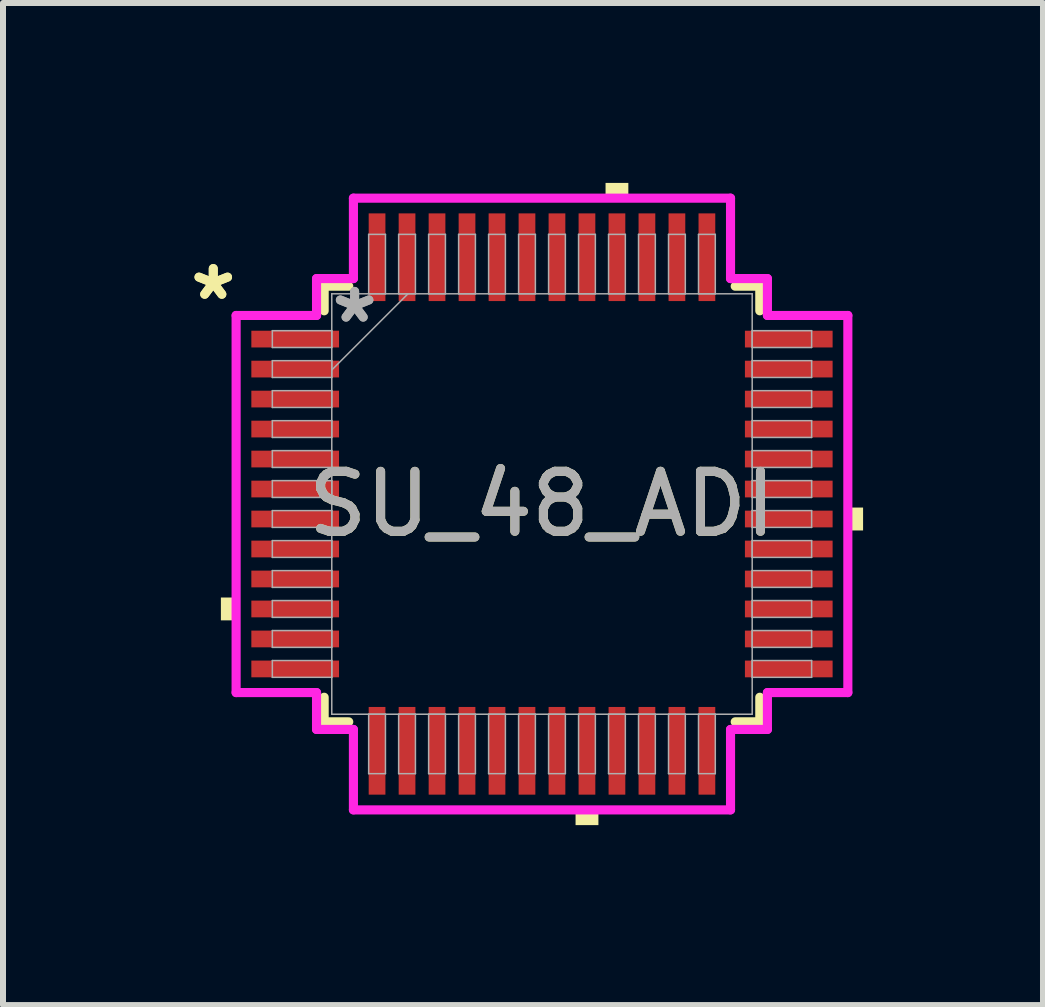
<source format=kicad_pcb>
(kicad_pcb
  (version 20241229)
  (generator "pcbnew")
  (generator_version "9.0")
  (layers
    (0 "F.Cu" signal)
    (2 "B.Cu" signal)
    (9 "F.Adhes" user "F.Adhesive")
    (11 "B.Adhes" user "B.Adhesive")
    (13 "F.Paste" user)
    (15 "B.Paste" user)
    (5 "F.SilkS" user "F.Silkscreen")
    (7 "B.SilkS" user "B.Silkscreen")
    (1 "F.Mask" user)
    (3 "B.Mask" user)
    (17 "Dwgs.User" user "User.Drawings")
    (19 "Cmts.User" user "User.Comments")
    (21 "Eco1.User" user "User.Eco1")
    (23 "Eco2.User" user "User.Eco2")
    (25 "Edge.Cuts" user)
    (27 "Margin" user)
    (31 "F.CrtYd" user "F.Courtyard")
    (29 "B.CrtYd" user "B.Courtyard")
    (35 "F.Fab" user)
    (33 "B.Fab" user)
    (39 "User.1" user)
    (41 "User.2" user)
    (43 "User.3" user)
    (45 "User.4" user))
  (footprint "SU_48_ADI"
    (layer "F.Cu")
    (at 5.987 5.354)
    (property "Reference" "SU_48_ADI" (at 0 0 0) (unlocked yes) (layer "F.SilkS") (effects (font (size 1 1) (thickness 0.15))))
    (attr smd)
    (fp_line (start -3.632 -3.632) (end -3.632 -3.222) (stroke (width 0.152) (type solid)) (layer "F.SilkS"))
    (fp_line (start -3.632 3.222) (end -3.632 3.632) (stroke (width 0.152) (type solid)) (layer "F.SilkS"))
    (fp_line (start -3.632 3.632) (end -3.222 3.632) (stroke (width 0.152) (type solid)) (layer "F.SilkS"))
    (fp_line (start -3.222 -3.632) (end -3.632 -3.632) (stroke (width 0.152) (type solid)) (layer "F.SilkS"))
    (fp_line (start 3.222 3.632) (end 3.632 3.632) (stroke (width 0.152) (type solid)) (layer "F.SilkS"))
    (fp_line (start 3.632 -3.632) (end 3.222 -3.632) (stroke (width 0.152) (type solid)) (layer "F.SilkS"))
    (fp_line (start 3.632 -3.222) (end 3.632 -3.632) (stroke (width 0.152) (type solid)) (layer "F.SilkS"))
    (fp_line (start 3.632 3.632) (end 3.632 3.222) (stroke (width 0.152) (type solid)) (layer "F.SilkS"))
    (fp_poly (pts (xy -5.354 1.559) (xy -5.354 1.94) (xy -5.1 1.94) (xy -5.1 1.559)) (stroke (width 0) (type solid)) (fill yes) (layer "F.SilkS"))
    (fp_poly (pts (xy 0.56 5.1) (xy 0.56 5.354) (xy 0.941 5.354) (xy 0.941 5.1)) (stroke (width 0) (type solid)) (fill yes) (layer "F.SilkS"))
    (fp_poly (pts (xy 1.06 -5.1) (xy 1.06 -5.354) (xy 1.44 -5.354) (xy 1.44 -5.1)) (stroke (width 0) (type solid)) (fill yes) (layer "F.SilkS"))
    (fp_poly (pts (xy 5.354 0.059) (xy 5.354 0.441) (xy 5.1 0.441) (xy 5.1 0.059)) (stroke (width 0) (type solid)) (fill yes) (layer "F.SilkS"))
    (fp_line (start -5.1 -3.144) (end -3.759 -3.144) (stroke (width 0.152) (type solid)) (layer "F.CrtYd"))
    (fp_line (start -5.1 3.144) (end -5.1 -3.144) (stroke (width 0.152) (type solid)) (layer "F.CrtYd"))
    (fp_line (start -3.759 -3.759) (end -3.144 -3.759) (stroke (width 0.152) (type solid)) (layer "F.CrtYd"))
    (fp_line (start -3.759 -3.144) (end -3.759 -3.759) (stroke (width 0.152) (type solid)) (layer "F.CrtYd"))
    (fp_line (start -3.759 3.144) (end -5.1 3.144) (stroke (width 0.152) (type solid)) (layer "F.CrtYd"))
    (fp_line (start -3.759 3.759) (end -3.759 3.144) (stroke (width 0.152) (type solid)) (layer "F.CrtYd"))
    (fp_line (start -3.759 3.759) (end -3.144 3.759) (stroke (width 0.152) (type solid)) (layer "F.CrtYd"))
    (fp_line (start -3.144 -5.1) (end 3.144 -5.1) (stroke (width 0.152) (type solid)) (layer "F.CrtYd"))
    (fp_line (start -3.144 -3.759) (end -3.144 -5.1) (stroke (width 0.152) (type solid)) (layer "F.CrtYd"))
    (fp_line (start -3.144 3.759) (end -3.144 5.1) (stroke (width 0.152) (type solid)) (layer "F.CrtYd"))
    (fp_line (start -3.144 5.1) (end 3.144 5.1) (stroke (width 0.152) (type solid)) (layer "F.CrtYd"))
    (fp_line (start 3.144 -5.1) (end 3.144 -3.759) (stroke (width 0.152) (type solid)) (layer "F.CrtYd"))
    (fp_line (start 3.144 -3.759) (end 3.759 -3.759) (stroke (width 0.152) (type solid)) (layer "F.CrtYd"))
    (fp_line (start 3.144 3.759) (end 3.759 3.759) (stroke (width 0.152) (type solid)) (layer "F.CrtYd"))
    (fp_line (start 3.144 5.1) (end 3.144 3.759) (stroke (width 0.152) (type solid)) (layer "F.CrtYd"))
    (fp_line (start 3.759 -3.144) (end 3.759 -3.759) (stroke (width 0.152) (type solid)) (layer "F.CrtYd"))
    (fp_line (start 3.759 3.144) (end 5.1 3.144) (stroke (width 0.152) (type solid)) (layer "F.CrtYd"))
    (fp_line (start 3.759 3.759) (end 3.759 3.144) (stroke (width 0.152) (type solid)) (layer "F.CrtYd"))
    (fp_line (start 5.1 -3.144) (end 3.759 -3.144) (stroke (width 0.152) (type solid)) (layer "F.CrtYd"))
    (fp_line (start 5.1 3.144) (end 5.1 -3.144) (stroke (width 0.152) (type solid)) (layer "F.CrtYd"))
    (fp_line (start -4.496 -2.89) (end -4.496 -2.61) (stroke (width 0.025) (type solid)) (layer "F.Fab"))
    (fp_line (start -4.496 -2.61) (end -3.505 -2.61) (stroke (width 0.025) (type solid)) (layer "F.Fab"))
    (fp_line (start -4.496 -2.39) (end -4.496 -2.11) (stroke (width 0.025) (type solid)) (layer "F.Fab"))
    (fp_line (start -4.496 -2.11) (end -3.505 -2.11) (stroke (width 0.025) (type solid)) (layer "F.Fab"))
    (fp_line (start -4.496 -1.89) (end -4.496 -1.61) (stroke (width 0.025) (type solid)) (layer "F.Fab"))
    (fp_line (start -4.496 -1.61) (end -3.505 -1.61) (stroke (width 0.025) (type solid)) (layer "F.Fab"))
    (fp_line (start -4.496 -1.39) (end -4.496 -1.11) (stroke (width 0.025) (type solid)) (layer "F.Fab"))
    (fp_line (start -4.496 -1.11) (end -3.505 -1.11) (stroke (width 0.025) (type solid)) (layer "F.Fab"))
    (fp_line (start -4.496 -0.89) (end -4.496 -0.61) (stroke (width 0.025) (type solid)) (layer "F.Fab"))
    (fp_line (start -4.496 -0.61) (end -3.505 -0.61) (stroke (width 0.025) (type solid)) (layer "F.Fab"))
    (fp_line (start -4.496 -0.39) (end -4.496 -0.11) (stroke (width 0.025) (type solid)) (layer "F.Fab"))
    (fp_line (start -4.496 -0.11) (end -3.505 -0.11) (stroke (width 0.025) (type solid)) (layer "F.Fab"))
    (fp_line (start -4.496 0.11) (end -4.496 0.39) (stroke (width 0.025) (type solid)) (layer "F.Fab"))
    (fp_line (start -4.496 0.39) (end -3.505 0.39) (stroke (width 0.025) (type solid)) (layer "F.Fab"))
    (fp_line (start -4.496 0.61) (end -4.496 0.89) (stroke (width 0.025) (type solid)) (layer "F.Fab"))
    (fp_line (start -4.496 0.89) (end -3.505 0.89) (stroke (width 0.025) (type solid)) (layer "F.Fab"))
    (fp_line (start -4.496 1.11) (end -4.496 1.39) (stroke (width 0.025) (type solid)) (layer "F.Fab"))
    (fp_line (start -4.496 1.39) (end -3.505 1.39) (stroke (width 0.025) (type solid)) (layer "F.Fab"))
    (fp_line (start -4.496 1.61) (end -4.496 1.89) (stroke (width 0.025) (type solid)) (layer "F.Fab"))
    (fp_line (start -4.496 1.89) (end -3.505 1.89) (stroke (width 0.025) (type solid)) (layer "F.Fab"))
    (fp_line (start -4.496 2.11) (end -4.496 2.39) (stroke (width 0.025) (type solid)) (layer "F.Fab"))
    (fp_line (start -4.496 2.39) (end -3.505 2.39) (stroke (width 0.025) (type solid)) (layer "F.Fab"))
    (fp_line (start -4.496 2.61) (end -4.496 2.89) (stroke (width 0.025) (type solid)) (layer "F.Fab"))
    (fp_line (start -4.496 2.89) (end -3.505 2.89) (stroke (width 0.025) (type solid)) (layer "F.Fab"))
    (fp_line (start -3.505 -3.505) (end -3.505 3.505) (stroke (width 0.025) (type solid)) (layer "F.Fab"))
    (fp_line (start -3.505 -2.89) (end -4.496 -2.89) (stroke (width 0.025) (type solid)) (layer "F.Fab"))
    (fp_line (start -3.505 -2.61) (end -3.505 -2.89) (stroke (width 0.025) (type solid)) (layer "F.Fab"))
    (fp_line (start -3.505 -2.39) (end -4.496 -2.39) (stroke (width 0.025) (type solid)) (layer "F.Fab"))
    (fp_line (start -3.505 -2.235) (end -2.235 -3.505) (stroke (width 0.025) (type solid)) (layer "F.Fab"))
    (fp_line (start -3.505 -2.11) (end -3.505 -2.39) (stroke (width 0.025) (type solid)) (layer "F.Fab"))
    (fp_line (start -3.505 -1.89) (end -4.496 -1.89) (stroke (width 0.025) (type solid)) (layer "F.Fab"))
    (fp_line (start -3.505 -1.61) (end -3.505 -1.89) (stroke (width 0.025) (type solid)) (layer "F.Fab"))
    (fp_line (start -3.505 -1.39) (end -4.496 -1.39) (stroke (width 0.025) (type solid)) (layer "F.Fab"))
    (fp_line (start -3.505 -1.11) (end -3.505 -1.39) (stroke (width 0.025) (type solid)) (layer "F.Fab"))
    (fp_line (start -3.505 -0.89) (end -4.496 -0.89) (stroke (width 0.025) (type solid)) (layer "F.Fab"))
    (fp_line (start -3.505 -0.61) (end -3.505 -0.89) (stroke (width 0.025) (type solid)) (layer "F.Fab"))
    (fp_line (start -3.505 -0.39) (end -4.496 -0.39) (stroke (width 0.025) (type solid)) (layer "F.Fab"))
    (fp_line (start -3.505 -0.11) (end -3.505 -0.39) (stroke (width 0.025) (type solid)) (layer "F.Fab"))
    (fp_line (start -3.505 0.11) (end -4.496 0.11) (stroke (width 0.025) (type solid)) (layer "F.Fab"))
    (fp_line (start -3.505 0.39) (end -3.505 0.11) (stroke (width 0.025) (type solid)) (layer "F.Fab"))
    (fp_line (start -3.505 0.61) (end -4.496 0.61) (stroke (width 0.025) (type solid)) (layer "F.Fab"))
    (fp_line (start -3.505 0.89) (end -3.505 0.61) (stroke (width 0.025) (type solid)) (layer "F.Fab"))
    (fp_line (start -3.505 1.11) (end -4.496 1.11) (stroke (width 0.025) (type solid)) (layer "F.Fab"))
    (fp_line (start -3.505 1.39) (end -3.505 1.11) (stroke (width 0.025) (type solid)) (layer "F.Fab"))
    (fp_line (start -3.505 1.61) (end -4.496 1.61) (stroke (width 0.025) (type solid)) (layer "F.Fab"))
    (fp_line (start -3.505 1.89) (end -3.505 1.61) (stroke (width 0.025) (type solid)) (layer "F.Fab"))
    (fp_line (start -3.505 2.11) (end -4.496 2.11) (stroke (width 0.025) (type solid)) (layer "F.Fab"))
    (fp_line (start -3.505 2.39) (end -3.505 2.11) (stroke (width 0.025) (type solid)) (layer "F.Fab"))
    (fp_line (start -3.505 2.61) (end -4.496 2.61) (stroke (width 0.025) (type solid)) (layer "F.Fab"))
    (fp_line (start -3.505 2.89) (end -3.505 2.61) (stroke (width 0.025) (type solid)) (layer "F.Fab"))
    (fp_line (start -3.505 3.505) (end 3.505 3.505) (stroke (width 0.025) (type solid)) (layer "F.Fab"))
    (fp_line (start -2.89 -4.496) (end -2.89 -3.505) (stroke (width 0.025) (type solid)) (layer "F.Fab"))
    (fp_line (start -2.89 -3.505) (end -2.61 -3.505) (stroke (width 0.025) (type solid)) (layer "F.Fab"))
    (fp_line (start -2.89 3.505) (end -2.89 4.496) (stroke (width 0.025) (type solid)) (layer "F.Fab"))
    (fp_line (start -2.89 4.496) (end -2.61 4.496) (stroke (width 0.025) (type solid)) (layer "F.Fab"))
    (fp_line (start -2.61 -4.496) (end -2.89 -4.496) (stroke (width 0.025) (type solid)) (layer "F.Fab"))
    (fp_line (start -2.61 -3.505) (end -2.61 -4.496) (stroke (width 0.025) (type solid)) (layer "F.Fab"))
    (fp_line (start -2.61 3.505) (end -2.89 3.505) (stroke (width 0.025) (type solid)) (layer "F.Fab"))
    (fp_line (start -2.61 4.496) (end -2.61 3.505) (stroke (width 0.025) (type solid)) (layer "F.Fab"))
    (fp_line (start -2.39 -4.496) (end -2.39 -3.505) (stroke (width 0.025) (type solid)) (layer "F.Fab"))
    (fp_line (start -2.39 -3.505) (end -2.11 -3.505) (stroke (width 0.025) (type solid)) (layer "F.Fab"))
    (fp_line (start -2.39 3.505) (end -2.39 4.496) (stroke (width 0.025) (type solid)) (layer "F.Fab"))
    (fp_line (start -2.39 4.496) (end -2.11 4.496) (stroke (width 0.025) (type solid)) (layer "F.Fab"))
    (fp_line (start -2.11 -4.496) (end -2.39 -4.496) (stroke (width 0.025) (type solid)) (layer "F.Fab"))
    (fp_line (start -2.11 -3.505) (end -2.11 -4.496) (stroke (width 0.025) (type solid)) (layer "F.Fab"))
    (fp_line (start -2.11 3.505) (end -2.39 3.505) (stroke (width 0.025) (type solid)) (layer "F.Fab"))
    (fp_line (start -2.11 4.496) (end -2.11 3.505) (stroke (width 0.025) (type solid)) (layer "F.Fab"))
    (fp_line (start -1.89 -4.496) (end -1.89 -3.505) (stroke (width 0.025) (type solid)) (layer "F.Fab"))
    (fp_line (start -1.89 -3.505) (end -1.61 -3.505) (stroke (width 0.025) (type solid)) (layer "F.Fab"))
    (fp_line (start -1.89 3.505) (end -1.89 4.496) (stroke (width 0.025) (type solid)) (layer "F.Fab"))
    (fp_line (start -1.89 4.496) (end -1.61 4.496) (stroke (width 0.025) (type solid)) (layer "F.Fab"))
    (fp_line (start -1.61 -4.496) (end -1.89 -4.496) (stroke (width 0.025) (type solid)) (layer "F.Fab"))
    (fp_line (start -1.61 -3.505) (end -1.61 -4.496) (stroke (width 0.025) (type solid)) (layer "F.Fab"))
    (fp_line (start -1.61 3.505) (end -1.89 3.505) (stroke (width 0.025) (type solid)) (layer "F.Fab"))
    (fp_line (start -1.61 4.496) (end -1.61 3.505) (stroke (width 0.025) (type solid)) (layer "F.Fab"))
    (fp_line (start -1.39 -4.496) (end -1.39 -3.505) (stroke (width 0.025) (type solid)) (layer "F.Fab"))
    (fp_line (start -1.39 -3.505) (end -1.11 -3.505) (stroke (width 0.025) (type solid)) (layer "F.Fab"))
    (fp_line (start -1.39 3.505) (end -1.39 4.496) (stroke (width 0.025) (type solid)) (layer "F.Fab"))
    (fp_line (start -1.39 4.496) (end -1.11 4.496) (stroke (width 0.025) (type solid)) (layer "F.Fab"))
    (fp_line (start -1.11 -4.496) (end -1.39 -4.496) (stroke (width 0.025) (type solid)) (layer "F.Fab"))
    (fp_line (start -1.11 -3.505) (end -1.11 -4.496) (stroke (width 0.025) (type solid)) (layer "F.Fab"))
    (fp_line (start -1.11 3.505) (end -1.39 3.505) (stroke (width 0.025) (type solid)) (layer "F.Fab"))
    (fp_line (start -1.11 4.496) (end -1.11 3.505) (stroke (width 0.025) (type solid)) (layer "F.Fab"))
    (fp_line (start -0.89 -4.496) (end -0.89 -3.505) (stroke (width 0.025) (type solid)) (layer "F.Fab"))
    (fp_line (start -0.89 -3.505) (end -0.61 -3.505) (stroke (width 0.025) (type solid)) (layer "F.Fab"))
    (fp_line (start -0.89 3.505) (end -0.89 4.496) (stroke (width 0.025) (type solid)) (layer "F.Fab"))
    (fp_line (start -0.89 4.496) (end -0.61 4.496) (stroke (width 0.025) (type solid)) (layer "F.Fab"))
    (fp_line (start -0.61 -4.496) (end -0.89 -4.496) (stroke (width 0.025) (type solid)) (layer "F.Fab"))
    (fp_line (start -0.61 -3.505) (end -0.61 -4.496) (stroke (width 0.025) (type solid)) (layer "F.Fab"))
    (fp_line (start -0.61 3.505) (end -0.89 3.505) (stroke (width 0.025) (type solid)) (layer "F.Fab"))
    (fp_line (start -0.61 4.496) (end -0.61 3.505) (stroke (width 0.025) (type solid)) (layer "F.Fab"))
    (fp_line (start -0.39 -4.496) (end -0.39 -3.505) (stroke (width 0.025) (type solid)) (layer "F.Fab"))
    (fp_line (start -0.39 -3.505) (end -0.11 -3.505) (stroke (width 0.025) (type solid)) (layer "F.Fab"))
    (fp_line (start -0.39 3.505) (end -0.39 4.496) (stroke (width 0.025) (type solid)) (layer "F.Fab"))
    (fp_line (start -0.39 4.496) (end -0.11 4.496) (stroke (width 0.025) (type solid)) (layer "F.Fab"))
    (fp_line (start -0.11 -4.496) (end -0.39 -4.496) (stroke (width 0.025) (type solid)) (layer "F.Fab"))
    (fp_line (start -0.11 -3.505) (end -0.11 -4.496) (stroke (width 0.025) (type solid)) (layer "F.Fab"))
    (fp_line (start -0.11 3.505) (end -0.39 3.505) (stroke (width 0.025) (type solid)) (layer "F.Fab"))
    (fp_line (start -0.11 4.496) (end -0.11 3.505) (stroke (width 0.025) (type solid)) (layer "F.Fab"))
    (fp_line (start 0.11 -4.496) (end 0.11 -3.505) (stroke (width 0.025) (type solid)) (layer "F.Fab"))
    (fp_line (start 0.11 -3.505) (end 0.39 -3.505) (stroke (width 0.025) (type solid)) (layer "F.Fab"))
    (fp_line (start 0.11 3.505) (end 0.11 4.496) (stroke (width 0.025) (type solid)) (layer "F.Fab"))
    (fp_line (start 0.11 4.496) (end 0.39 4.496) (stroke (width 0.025) (type solid)) (layer "F.Fab"))
    (fp_line (start 0.39 -4.496) (end 0.11 -4.496) (stroke (width 0.025) (type solid)) (layer "F.Fab"))
    (fp_line (start 0.39 -3.505) (end 0.39 -4.496) (stroke (width 0.025) (type solid)) (layer "F.Fab"))
    (fp_line (start 0.39 3.505) (end 0.11 3.505) (stroke (width 0.025) (type solid)) (layer "F.Fab"))
    (fp_line (start 0.39 4.496) (end 0.39 3.505) (stroke (width 0.025) (type solid)) (layer "F.Fab"))
    (fp_line (start 0.61 -4.496) (end 0.61 -3.505) (stroke (width 0.025) (type solid)) (layer "F.Fab"))
    (fp_line (start 0.61 -3.505) (end 0.89 -3.505) (stroke (width 0.025) (type solid)) (layer "F.Fab"))
    (fp_line (start 0.61 3.505) (end 0.61 4.496) (stroke (width 0.025) (type solid)) (layer "F.Fab"))
    (fp_line (start 0.61 4.496) (end 0.89 4.496) (stroke (width 0.025) (type solid)) (layer "F.Fab"))
    (fp_line (start 0.89 -4.496) (end 0.61 -4.496) (stroke (width 0.025) (type solid)) (layer "F.Fab"))
    (fp_line (start 0.89 -3.505) (end 0.89 -4.496) (stroke (width 0.025) (type solid)) (layer "F.Fab"))
    (fp_line (start 0.89 3.505) (end 0.61 3.505) (stroke (width 0.025) (type solid)) (layer "F.Fab"))
    (fp_line (start 0.89 4.496) (end 0.89 3.505) (stroke (width 0.025) (type solid)) (layer "F.Fab"))
    (fp_line (start 1.11 -4.496) (end 1.11 -3.505) (stroke (width 0.025) (type solid)) (layer "F.Fab"))
    (fp_line (start 1.11 -3.505) (end 1.39 -3.505) (stroke (width 0.025) (type solid)) (layer "F.Fab"))
    (fp_line (start 1.11 3.505) (end 1.11 4.496) (stroke (width 0.025) (type solid)) (layer "F.Fab"))
    (fp_line (start 1.11 4.496) (end 1.39 4.496) (stroke (width 0.025) (type solid)) (layer "F.Fab"))
    (fp_line (start 1.39 -4.496) (end 1.11 -4.496) (stroke (width 0.025) (type solid)) (layer "F.Fab"))
    (fp_line (start 1.39 -3.505) (end 1.39 -4.496) (stroke (width 0.025) (type solid)) (layer "F.Fab"))
    (fp_line (start 1.39 3.505) (end 1.11 3.505) (stroke (width 0.025) (type solid)) (layer "F.Fab"))
    (fp_line (start 1.39 4.496) (end 1.39 3.505) (stroke (width 0.025) (type solid)) (layer "F.Fab"))
    (fp_line (start 1.61 -4.496) (end 1.61 -3.505) (stroke (width 0.025) (type solid)) (layer "F.Fab"))
    (fp_line (start 1.61 -3.505) (end 1.89 -3.505) (stroke (width 0.025) (type solid)) (layer "F.Fab"))
    (fp_line (start 1.61 3.505) (end 1.61 4.496) (stroke (width 0.025) (type solid)) (layer "F.Fab"))
    (fp_line (start 1.61 4.496) (end 1.89 4.496) (stroke (width 0.025) (type solid)) (layer "F.Fab"))
    (fp_line (start 1.89 -4.496) (end 1.61 -4.496) (stroke (width 0.025) (type solid)) (layer "F.Fab"))
    (fp_line (start 1.89 -3.505) (end 1.89 -4.496) (stroke (width 0.025) (type solid)) (layer "F.Fab"))
    (fp_line (start 1.89 3.505) (end 1.61 3.505) (stroke (width 0.025) (type solid)) (layer "F.Fab"))
    (fp_line (start 1.89 4.496) (end 1.89 3.505) (stroke (width 0.025) (type solid)) (layer "F.Fab"))
    (fp_line (start 2.11 -4.496) (end 2.11 -3.505) (stroke (width 0.025) (type solid)) (layer "F.Fab"))
    (fp_line (start 2.11 -3.505) (end 2.39 -3.505) (stroke (width 0.025) (type solid)) (layer "F.Fab"))
    (fp_line (start 2.11 3.505) (end 2.11 4.496) (stroke (width 0.025) (type solid)) (layer "F.Fab"))
    (fp_line (start 2.11 4.496) (end 2.39 4.496) (stroke (width 0.025) (type solid)) (layer "F.Fab"))
    (fp_line (start 2.39 -4.496) (end 2.11 -4.496) (stroke (width 0.025) (type solid)) (layer "F.Fab"))
    (fp_line (start 2.39 -3.505) (end 2.39 -4.496) (stroke (width 0.025) (type solid)) (layer "F.Fab"))
    (fp_line (start 2.39 3.505) (end 2.11 3.505) (stroke (width 0.025) (type solid)) (layer "F.Fab"))
    (fp_line (start 2.39 4.496) (end 2.39 3.505) (stroke (width 0.025) (type solid)) (layer "F.Fab"))
    (fp_line (start 2.61 -4.496) (end 2.61 -3.505) (stroke (width 0.025) (type solid)) (layer "F.Fab"))
    (fp_line (start 2.61 -3.505) (end 2.89 -3.505) (stroke (width 0.025) (type solid)) (layer "F.Fab"))
    (fp_line (start 2.61 3.505) (end 2.61 4.496) (stroke (width 0.025) (type solid)) (layer "F.Fab"))
    (fp_line (start 2.61 4.496) (end 2.89 4.496) (stroke (width 0.025) (type solid)) (layer "F.Fab"))
    (fp_line (start 2.89 -4.496) (end 2.61 -4.496) (stroke (width 0.025) (type solid)) (layer "F.Fab"))
    (fp_line (start 2.89 -3.505) (end 2.89 -4.496) (stroke (width 0.025) (type solid)) (layer "F.Fab"))
    (fp_line (start 2.89 3.505) (end 2.61 3.505) (stroke (width 0.025) (type solid)) (layer "F.Fab"))
    (fp_line (start 2.89 4.496) (end 2.89 3.505) (stroke (width 0.025) (type solid)) (layer "F.Fab"))
    (fp_line (start 3.505 -3.505) (end -3.505 -3.505) (stroke (width 0.025) (type solid)) (layer "F.Fab"))
    (fp_line (start 3.505 -2.89) (end 3.505 -2.61) (stroke (width 0.025) (type solid)) (layer "F.Fab"))
    (fp_line (start 3.505 -2.61) (end 4.496 -2.61) (stroke (width 0.025) (type solid)) (layer "F.Fab"))
    (fp_line (start 3.505 -2.39) (end 3.505 -2.11) (stroke (width 0.025) (type solid)) (layer "F.Fab"))
    (fp_line (start 3.505 -2.11) (end 4.496 -2.11) (stroke (width 0.025) (type solid)) (layer "F.Fab"))
    (fp_line (start 3.505 -1.89) (end 3.505 -1.61) (stroke (width 0.025) (type solid)) (layer "F.Fab"))
    (fp_line (start 3.505 -1.61) (end 4.496 -1.61) (stroke (width 0.025) (type solid)) (layer "F.Fab"))
    (fp_line (start 3.505 -1.39) (end 3.505 -1.11) (stroke (width 0.025) (type solid)) (layer "F.Fab"))
    (fp_line (start 3.505 -1.11) (end 4.496 -1.11) (stroke (width 0.025) (type solid)) (layer "F.Fab"))
    (fp_line (start 3.505 -0.89) (end 3.505 -0.61) (stroke (width 0.025) (type solid)) (layer "F.Fab"))
    (fp_line (start 3.505 -0.61) (end 4.496 -0.61) (stroke (width 0.025) (type solid)) (layer "F.Fab"))
    (fp_line (start 3.505 -0.39) (end 3.505 -0.11) (stroke (width 0.025) (type solid)) (layer "F.Fab"))
    (fp_line (start 3.505 -0.11) (end 4.496 -0.11) (stroke (width 0.025) (type solid)) (layer "F.Fab"))
    (fp_line (start 3.505 0.11) (end 3.505 0.39) (stroke (width 0.025) (type solid)) (layer "F.Fab"))
    (fp_line (start 3.505 0.39) (end 4.496 0.39) (stroke (width 0.025) (type solid)) (layer "F.Fab"))
    (fp_line (start 3.505 0.61) (end 3.505 0.89) (stroke (width 0.025) (type solid)) (layer "F.Fab"))
    (fp_line (start 3.505 0.89) (end 4.496 0.89) (stroke (width 0.025) (type solid)) (layer "F.Fab"))
    (fp_line (start 3.505 1.11) (end 3.505 1.39) (stroke (width 0.025) (type solid)) (layer "F.Fab"))
    (fp_line (start 3.505 1.39) (end 4.496 1.39) (stroke (width 0.025) (type solid)) (layer "F.Fab"))
    (fp_line (start 3.505 1.61) (end 3.505 1.89) (stroke (width 0.025) (type solid)) (layer "F.Fab"))
    (fp_line (start 3.505 1.89) (end 4.496 1.89) (stroke (width 0.025) (type solid)) (layer "F.Fab"))
    (fp_line (start 3.505 2.11) (end 3.505 2.39) (stroke (width 0.025) (type solid)) (layer "F.Fab"))
    (fp_line (start 3.505 2.39) (end 4.496 2.39) (stroke (width 0.025) (type solid)) (layer "F.Fab"))
    (fp_line (start 3.505 2.61) (end 3.505 2.89) (stroke (width 0.025) (type solid)) (layer "F.Fab"))
    (fp_line (start 3.505 2.89) (end 4.496 2.89) (stroke (width 0.025) (type solid)) (layer "F.Fab"))
    (fp_line (start 3.505 3.505) (end 3.505 -3.505) (stroke (width 0.025) (type solid)) (layer "F.Fab"))
    (fp_line (start 4.496 -2.89) (end 3.505 -2.89) (stroke (width 0.025) (type solid)) (layer "F.Fab"))
    (fp_line (start 4.496 -2.61) (end 4.496 -2.89) (stroke (width 0.025) (type solid)) (layer "F.Fab"))
    (fp_line (start 4.496 -2.39) (end 3.505 -2.39) (stroke (width 0.025) (type solid)) (layer "F.Fab"))
    (fp_line (start 4.496 -2.11) (end 4.496 -2.39) (stroke (width 0.025) (type solid)) (layer "F.Fab"))
    (fp_line (start 4.496 -1.89) (end 3.505 -1.89) (stroke (width 0.025) (type solid)) (layer "F.Fab"))
    (fp_line (start 4.496 -1.61) (end 4.496 -1.89) (stroke (width 0.025) (type solid)) (layer "F.Fab"))
    (fp_line (start 4.496 -1.39) (end 3.505 -1.39) (stroke (width 0.025) (type solid)) (layer "F.Fab"))
    (fp_line (start 4.496 -1.11) (end 4.496 -1.39) (stroke (width 0.025) (type solid)) (layer "F.Fab"))
    (fp_line (start 4.496 -0.89) (end 3.505 -0.89) (stroke (width 0.025) (type solid)) (layer "F.Fab"))
    (fp_line (start 4.496 -0.61) (end 4.496 -0.89) (stroke (width 0.025) (type solid)) (layer "F.Fab"))
    (fp_line (start 4.496 -0.39) (end 3.505 -0.39) (stroke (width 0.025) (type solid)) (layer "F.Fab"))
    (fp_line (start 4.496 -0.11) (end 4.496 -0.39) (stroke (width 0.025) (type solid)) (layer "F.Fab"))
    (fp_line (start 4.496 0.11) (end 3.505 0.11) (stroke (width 0.025) (type solid)) (layer "F.Fab"))
    (fp_line (start 4.496 0.39) (end 4.496 0.11) (stroke (width 0.025) (type solid)) (layer "F.Fab"))
    (fp_line (start 4.496 0.61) (end 3.505 0.61) (stroke (width 0.025) (type solid)) (layer "F.Fab"))
    (fp_line (start 4.496 0.89) (end 4.496 0.61) (stroke (width 0.025) (type solid)) (layer "F.Fab"))
    (fp_line (start 4.496 1.11) (end 3.505 1.11) (stroke (width 0.025) (type solid)) (layer "F.Fab"))
    (fp_line (start 4.496 1.39) (end 4.496 1.11) (stroke (width 0.025) (type solid)) (layer "F.Fab"))
    (fp_line (start 4.496 1.61) (end 3.505 1.61) (stroke (width 0.025) (type solid)) (layer "F.Fab"))
    (fp_line (start 4.496 1.89) (end 4.496 1.61) (stroke (width 0.025) (type solid)) (layer "F.Fab"))
    (fp_line (start 4.496 2.11) (end 3.505 2.11) (stroke (width 0.025) (type solid)) (layer "F.Fab"))
    (fp_line (start 4.496 2.39) (end 4.496 2.11) (stroke (width 0.025) (type solid)) (layer "F.Fab"))
    (fp_line (start 4.496 2.61) (end 3.505 2.61) (stroke (width 0.025) (type solid)) (layer "F.Fab"))
    (fp_line (start 4.496 2.89) (end 4.496 2.61) (stroke (width 0.025) (type solid)) (layer "F.Fab"))
    (fp_text user "*" (at -5.481 -3.381 0) (layer "F.SilkS") (effects (font (size 1 1) (thickness 0.15))))
    (fp_text user "*" (at -5.481 -3.381 0) (unlocked yes) (layer "F.SilkS") (effects (font (size 1 1) (thickness 0.15))))
    (fp_text user "*" (at -3.124 -3 0) (unlocked yes) (layer "F.Fab") (effects (font (size 1 1) (thickness 0.15))))
    (fp_text user "${REFERENCE}" (at 0 0 0) (unlocked yes) (layer "F.Fab") (effects (font (size 1 1) (thickness 0.15))))
    (fp_text user "*" (at -3.124 -3 0) (layer "F.Fab") (effects (font (size 1 1) (thickness 0.15))))
    (pad "1" smd rect (at -4.115 -2.75 90) (size 0.279 1.462) (layers "F.Cu" "F.Mask" "F.Paste"))
    (pad "2" smd rect (at -4.115 -2.25 90) (size 0.279 1.462) (layers "F.Cu" "F.Mask" "F.Paste"))
    (pad "3" smd rect (at -4.115 -1.75 90) (size 0.279 1.462) (layers "F.Cu" "F.Mask" "F.Paste"))
    (pad "4" smd rect (at -4.115 -1.25 90) (size 0.279 1.462) (layers "F.Cu" "F.Mask" "F.Paste"))
    (pad "5" smd rect (at -4.115 -0.75 90) (size 0.279 1.462) (layers "F.Cu" "F.Mask" "F.Paste"))
    (pad "6" smd rect (at -4.115 -0.25 90) (size 0.279 1.462) (layers "F.Cu" "F.Mask" "F.Paste"))
    (pad "7" smd rect (at -4.115 0.25 90) (size 0.279 1.462) (layers "F.Cu" "F.Mask" "F.Paste"))
    (pad "8" smd rect (at -4.115 0.75 90) (size 0.279 1.462) (layers "F.Cu" "F.Mask" "F.Paste"))
    (pad "9" smd rect (at -4.115 1.25 90) (size 0.279 1.462) (layers "F.Cu" "F.Mask" "F.Paste"))
    (pad "10" smd rect (at -4.115 1.75 90) (size 0.279 1.462) (layers "F.Cu" "F.Mask" "F.Paste"))
    (pad "11" smd rect (at -4.115 2.25 90) (size 0.279 1.462) (layers "F.Cu" "F.Mask" "F.Paste"))
    (pad "12" smd rect (at -4.115 2.75 90) (size 0.279 1.462) (layers "F.Cu" "F.Mask" "F.Paste"))
    (pad "13" smd rect (at -2.75 4.115) (size 0.279 1.462) (layers "F.Cu" "F.Mask" "F.Paste"))
    (pad "14" smd rect (at -2.25 4.115) (size 0.279 1.462) (layers "F.Cu" "F.Mask" "F.Paste"))
    (pad "15" smd rect (at -1.75 4.115) (size 0.279 1.462) (layers "F.Cu" "F.Mask" "F.Paste"))
    (pad "16" smd rect (at -1.25 4.115) (size 0.279 1.462) (layers "F.Cu" "F.Mask" "F.Paste"))
    (pad "17" smd rect (at -0.75 4.115) (size 0.279 1.462) (layers "F.Cu" "F.Mask" "F.Paste"))
    (pad "18" smd rect (at -0.25 4.115) (size 0.279 1.462) (layers "F.Cu" "F.Mask" "F.Paste"))
    (pad "19" smd rect (at 0.25 4.115) (size 0.279 1.462) (layers "F.Cu" "F.Mask" "F.Paste"))
    (pad "20" smd rect (at 0.75 4.115) (size 0.279 1.462) (layers "F.Cu" "F.Mask" "F.Paste"))
    (pad "21" smd rect (at 1.25 4.115) (size 0.279 1.462) (layers "F.Cu" "F.Mask" "F.Paste"))
    (pad "22" smd rect (at 1.75 4.115) (size 0.279 1.462) (layers "F.Cu" "F.Mask" "F.Paste"))
    (pad "23" smd rect (at 2.25 4.115) (size 0.279 1.462) (layers "F.Cu" "F.Mask" "F.Paste"))
    (pad "24" smd rect (at 2.75 4.115) (size 0.279 1.462) (layers "F.Cu" "F.Mask" "F.Paste"))
    (pad "25" smd rect (at 4.115 2.75 90) (size 0.279 1.462) (layers "F.Cu" "F.Mask" "F.Paste"))
    (pad "26" smd rect (at 4.115 2.25 90) (size 0.279 1.462) (layers "F.Cu" "F.Mask" "F.Paste"))
    (pad "27" smd rect (at 4.115 1.75 90) (size 0.279 1.462) (layers "F.Cu" "F.Mask" "F.Paste"))
    (pad "28" smd rect (at 4.115 1.25 90) (size 0.279 1.462) (layers "F.Cu" "F.Mask" "F.Paste"))
    (pad "29" smd rect (at 4.115 0.75 90) (size 0.279 1.462) (layers "F.Cu" "F.Mask" "F.Paste"))
    (pad "30" smd rect (at 4.115 0.25 90) (size 0.279 1.462) (layers "F.Cu" "F.Mask" "F.Paste"))
    (pad "31" smd rect (at 4.115 -0.25 90) (size 0.279 1.462) (layers "F.Cu" "F.Mask" "F.Paste"))
    (pad "32" smd rect (at 4.115 -0.75 90) (size 0.279 1.462) (layers "F.Cu" "F.Mask" "F.Paste"))
    (pad "33" smd rect (at 4.115 -1.25 90) (size 0.279 1.462) (layers "F.Cu" "F.Mask" "F.Paste"))
    (pad "34" smd rect (at 4.115 -1.75 90) (size 0.279 1.462) (layers "F.Cu" "F.Mask" "F.Paste"))
    (pad "35" smd rect (at 4.115 -2.25 90) (size 0.279 1.462) (layers "F.Cu" "F.Mask" "F.Paste"))
    (pad "36" smd rect (at 4.115 -2.75 90) (size 0.279 1.462) (layers "F.Cu" "F.Mask" "F.Paste"))
    (pad "37" smd rect (at 2.75 -4.115) (size 0.279 1.462) (layers "F.Cu" "F.Mask" "F.Paste"))
    (pad "38" smd rect (at 2.25 -4.115) (size 0.279 1.462) (layers "F.Cu" "F.Mask" "F.Paste"))
    (pad "39" smd rect (at 1.75 -4.115) (size 0.279 1.462) (layers "F.Cu" "F.Mask" "F.Paste"))
    (pad "40" smd rect (at 1.25 -4.115) (size 0.279 1.462) (layers "F.Cu" "F.Mask" "F.Paste"))
    (pad "41" smd rect (at 0.75 -4.115) (size 0.279 1.462) (layers "F.Cu" "F.Mask" "F.Paste"))
    (pad "42" smd rect (at 0.25 -4.115) (size 0.279 1.462) (layers "F.Cu" "F.Mask" "F.Paste"))
    (pad "43" smd rect (at -0.25 -4.115) (size 0.279 1.462) (layers "F.Cu" "F.Mask" "F.Paste"))
    (pad "44" smd rect (at -0.75 -4.115) (size 0.279 1.462) (layers "F.Cu" "F.Mask" "F.Paste"))
    (pad "45" smd rect (at -1.25 -4.115) (size 0.279 1.462) (layers "F.Cu" "F.Mask" "F.Paste"))
    (pad "46" smd rect (at -1.75 -4.115) (size 0.279 1.462) (layers "F.Cu" "F.Mask" "F.Paste"))
    (pad "47" smd rect (at -2.25 -4.115) (size 0.279 1.462) (layers "F.Cu" "F.Mask" "F.Paste"))
    (pad "48" smd rect (at -2.75 -4.115) (size 0.279 1.462) (layers "F.Cu" "F.Mask" "F.Paste")))
  (gr_rect
    (start -3 -3)
    (end 14.341 13.708)
    (stroke (width 0.1) (type default))
    (fill no)
    (layer "Edge.Cuts")))
</source>
